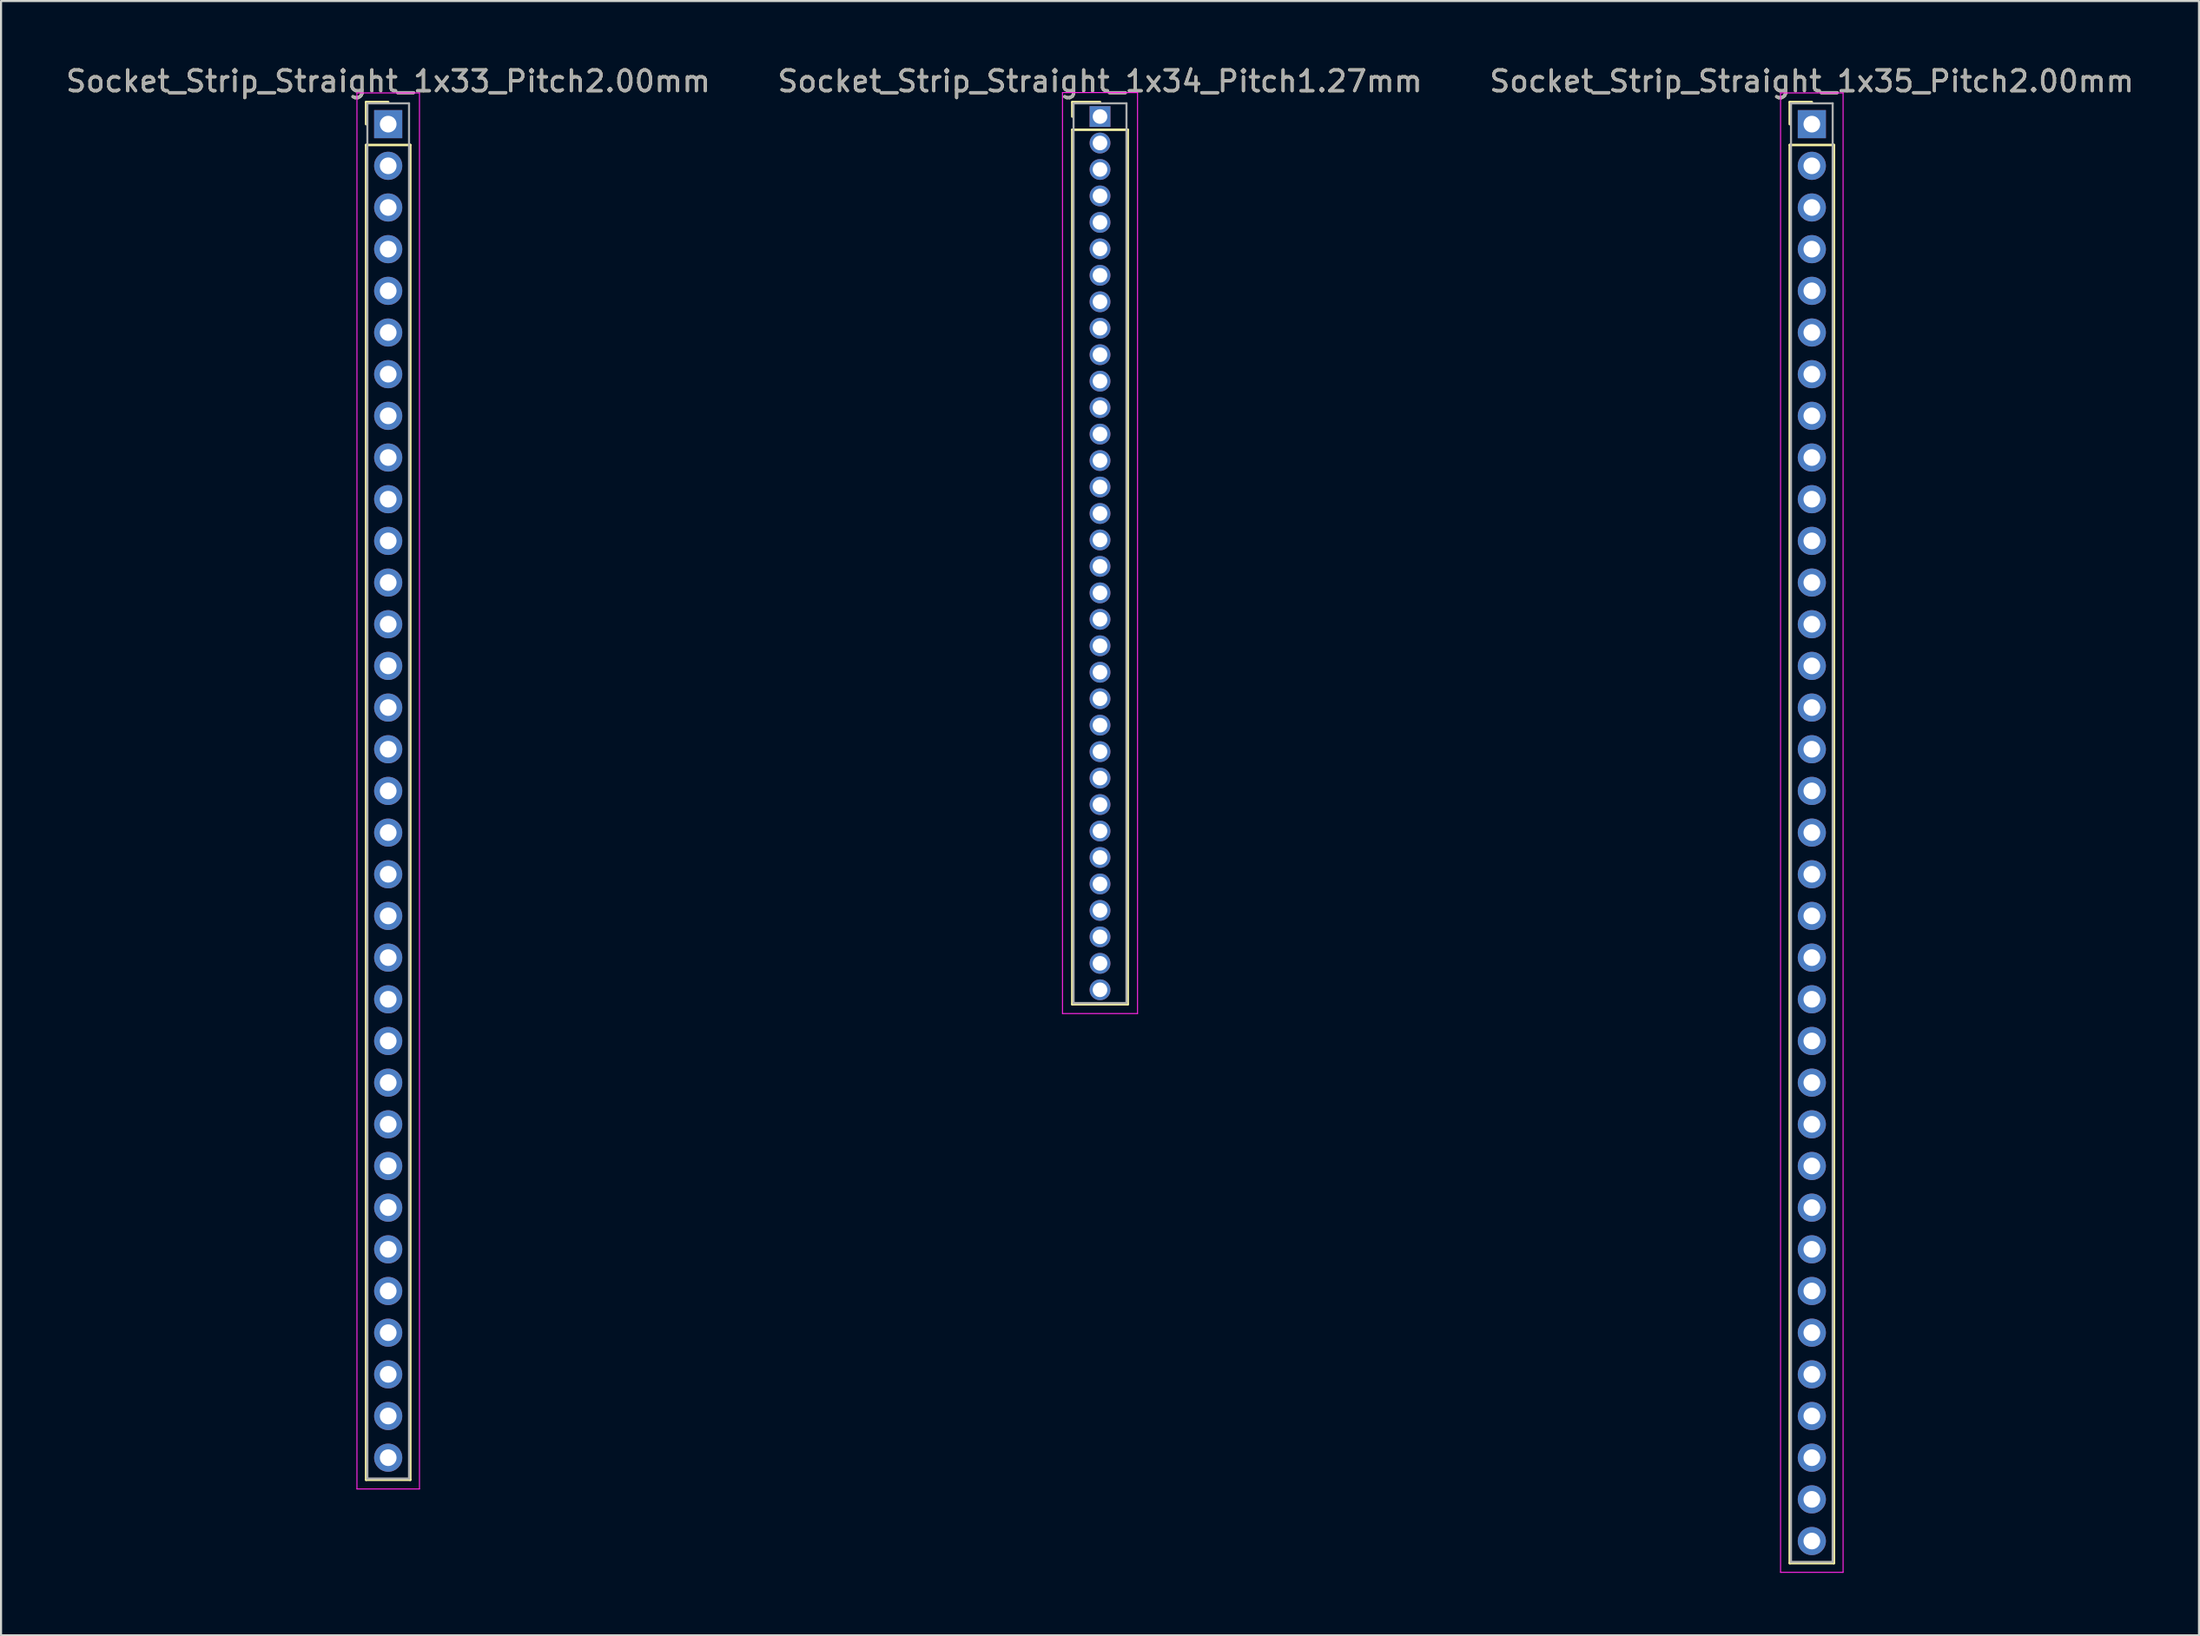
<source format=kicad_pcb>
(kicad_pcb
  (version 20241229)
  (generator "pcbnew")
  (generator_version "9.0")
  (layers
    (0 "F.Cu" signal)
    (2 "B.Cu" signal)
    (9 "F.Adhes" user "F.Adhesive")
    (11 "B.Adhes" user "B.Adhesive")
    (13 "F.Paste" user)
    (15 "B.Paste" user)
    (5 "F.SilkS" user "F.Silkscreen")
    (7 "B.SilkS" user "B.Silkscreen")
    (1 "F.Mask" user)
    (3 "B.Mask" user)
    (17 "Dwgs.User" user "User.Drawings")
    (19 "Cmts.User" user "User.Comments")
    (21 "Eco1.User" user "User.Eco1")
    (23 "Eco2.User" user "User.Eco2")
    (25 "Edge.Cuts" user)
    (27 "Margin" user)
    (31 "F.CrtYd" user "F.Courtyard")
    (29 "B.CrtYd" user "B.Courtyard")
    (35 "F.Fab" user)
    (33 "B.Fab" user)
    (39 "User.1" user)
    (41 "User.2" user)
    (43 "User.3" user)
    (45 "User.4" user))
  (footprint "Socket_Strip_Straight_1x33_Pitch2.00mm"
    (layer "F.Cu")
    (at 15.577 2.908)
    (property "Reference" "Socket_Strip_Straight_1x33_Pitch2.00mm" (at 0 -2.06 0) (layer "F.SilkS") (effects (font (size 1 1) (thickness 0.15))))
    (attr through_hole)
    (fp_line (start -1.06 -1.06) (end 0 -1.06) (stroke (width 0.12) (type solid)) (layer "F.SilkS"))
    (fp_line (start -1.06 0) (end -1.06 -1.06) (stroke (width 0.12) (type solid)) (layer "F.SilkS"))
    (fp_line (start -1.06 1) (end -1.06 65.06) (stroke (width 0.12) (type solid)) (layer "F.SilkS"))
    (fp_line (start -1.06 65.06) (end 1.06 65.06) (stroke (width 0.12) (type solid)) (layer "F.SilkS"))
    (fp_line (start 1.06 1) (end -1.06 1) (stroke (width 0.12) (type solid)) (layer "F.SilkS"))
    (fp_line (start 1.06 65.06) (end 1.06 1) (stroke (width 0.12) (type solid)) (layer "F.SilkS"))
    (fp_line (start -1.5 -1.5) (end -1.5 65.5) (stroke (width 0.05) (type solid)) (layer "F.CrtYd"))
    (fp_line (start -1.5 65.5) (end 1.5 65.5) (stroke (width 0.05) (type solid)) (layer "F.CrtYd"))
    (fp_line (start 1.5 -1.5) (end -1.5 -1.5) (stroke (width 0.05) (type solid)) (layer "F.CrtYd"))
    (fp_line (start 1.5 65.5) (end 1.5 -1.5) (stroke (width 0.05) (type solid)) (layer "F.CrtYd"))
    (fp_line (start -1 -1) (end -1 65) (stroke (width 0.1) (type solid)) (layer "F.Fab"))
    (fp_line (start -1 65) (end 1 65) (stroke (width 0.1) (type solid)) (layer "F.Fab"))
    (fp_line (start 1 -1) (end -1 -1) (stroke (width 0.1) (type solid)) (layer "F.Fab"))
    (fp_line (start 1 65) (end 1 -1) (stroke (width 0.1) (type solid)) (layer "F.Fab"))
    (fp_text user "${REFERENCE}" (at 0 -2.06 0) (layer "F.Fab") (effects (font (size 1 1) (thickness 0.15))))
    (pad "1" thru_hole rect (at 0 0) (size 1.35 1.35) (drill 0.8) (layers "*.Cu" "*.Mask"))
    (pad "2" thru_hole oval (at 0 2) (size 1.35 1.35) (drill 0.8) (layers "*.Cu" "*.Mask"))
    (pad "3" thru_hole oval (at 0 4) (size 1.35 1.35) (drill 0.8) (layers "*.Cu" "*.Mask"))
    (pad "4" thru_hole oval (at 0 6) (size 1.35 1.35) (drill 0.8) (layers "*.Cu" "*.Mask"))
    (pad "5" thru_hole oval (at 0 8) (size 1.35 1.35) (drill 0.8) (layers "*.Cu" "*.Mask"))
    (pad "6" thru_hole oval (at 0 10) (size 1.35 1.35) (drill 0.8) (layers "*.Cu" "*.Mask"))
    (pad "7" thru_hole oval (at 0 12) (size 1.35 1.35) (drill 0.8) (layers "*.Cu" "*.Mask"))
    (pad "8" thru_hole oval (at 0 14) (size 1.35 1.35) (drill 0.8) (layers "*.Cu" "*.Mask"))
    (pad "9" thru_hole oval (at 0 16) (size 1.35 1.35) (drill 0.8) (layers "*.Cu" "*.Mask"))
    (pad "10" thru_hole oval (at 0 18) (size 1.35 1.35) (drill 0.8) (layers "*.Cu" "*.Mask"))
    (pad "11" thru_hole oval (at 0 20) (size 1.35 1.35) (drill 0.8) (layers "*.Cu" "*.Mask"))
    (pad "12" thru_hole oval (at 0 22) (size 1.35 1.35) (drill 0.8) (layers "*.Cu" "*.Mask"))
    (pad "13" thru_hole oval (at 0 24) (size 1.35 1.35) (drill 0.8) (layers "*.Cu" "*.Mask"))
    (pad "14" thru_hole oval (at 0 26) (size 1.35 1.35) (drill 0.8) (layers "*.Cu" "*.Mask"))
    (pad "15" thru_hole oval (at 0 28) (size 1.35 1.35) (drill 0.8) (layers "*.Cu" "*.Mask"))
    (pad "16" thru_hole oval (at 0 30) (size 1.35 1.35) (drill 0.8) (layers "*.Cu" "*.Mask"))
    (pad "17" thru_hole oval (at 0 32) (size 1.35 1.35) (drill 0.8) (layers "*.Cu" "*.Mask"))
    (pad "18" thru_hole oval (at 0 34) (size 1.35 1.35) (drill 0.8) (layers "*.Cu" "*.Mask"))
    (pad "19" thru_hole oval (at 0 36) (size 1.35 1.35) (drill 0.8) (layers "*.Cu" "*.Mask"))
    (pad "20" thru_hole oval (at 0 38) (size 1.35 1.35) (drill 0.8) (layers "*.Cu" "*.Mask"))
    (pad "21" thru_hole oval (at 0 40) (size 1.35 1.35) (drill 0.8) (layers "*.Cu" "*.Mask"))
    (pad "22" thru_hole oval (at 0 42) (size 1.35 1.35) (drill 0.8) (layers "*.Cu" "*.Mask"))
    (pad "23" thru_hole oval (at 0 44) (size 1.35 1.35) (drill 0.8) (layers "*.Cu" "*.Mask"))
    (pad "24" thru_hole oval (at 0 46) (size 1.35 1.35) (drill 0.8) (layers "*.Cu" "*.Mask"))
    (pad "25" thru_hole oval (at 0 48) (size 1.35 1.35) (drill 0.8) (layers "*.Cu" "*.Mask"))
    (pad "26" thru_hole oval (at 0 50) (size 1.35 1.35) (drill 0.8) (layers "*.Cu" "*.Mask"))
    (pad "27" thru_hole oval (at 0 52) (size 1.35 1.35) (drill 0.8) (layers "*.Cu" "*.Mask"))
    (pad "28" thru_hole oval (at 0 54) (size 1.35 1.35) (drill 0.8) (layers "*.Cu" "*.Mask"))
    (pad "29" thru_hole oval (at 0 56) (size 1.35 1.35) (drill 0.8) (layers "*.Cu" "*.Mask"))
    (pad "30" thru_hole oval (at 0 58) (size 1.35 1.35) (drill 0.8) (layers "*.Cu" "*.Mask"))
    (pad "31" thru_hole oval (at 0 60) (size 1.35 1.35) (drill 0.8) (layers "*.Cu" "*.Mask"))
    (pad "32" thru_hole oval (at 0 62) (size 1.35 1.35) (drill 0.8) (layers "*.Cu" "*.Mask"))
    (pad "33" thru_hole oval (at 0 64) (size 1.35 1.35) (drill 0.8) (layers "*.Cu" "*.Mask")))
  (footprint "Socket_Strip_Straight_1x35_Pitch2.00mm"
    (layer "F.Cu")
    (at 83.887 2.908)
    (property "Reference" "Socket_Strip_Straight_1x35_Pitch2.00mm" (at 0 -2.06 0) (layer "F.SilkS") (effects (font (size 1 1) (thickness 0.15))))
    (attr through_hole)
    (fp_line (start -1.06 -1.06) (end 0 -1.06) (stroke (width 0.12) (type solid)) (layer "F.SilkS"))
    (fp_line (start -1.06 0) (end -1.06 -1.06) (stroke (width 0.12) (type solid)) (layer "F.SilkS"))
    (fp_line (start -1.06 1) (end -1.06 69.06) (stroke (width 0.12) (type solid)) (layer "F.SilkS"))
    (fp_line (start -1.06 69.06) (end 1.06 69.06) (stroke (width 0.12) (type solid)) (layer "F.SilkS"))
    (fp_line (start 1.06 1) (end -1.06 1) (stroke (width 0.12) (type solid)) (layer "F.SilkS"))
    (fp_line (start 1.06 69.06) (end 1.06 1) (stroke (width 0.12) (type solid)) (layer "F.SilkS"))
    (fp_line (start -1.5 -1.5) (end -1.5 69.5) (stroke (width 0.05) (type solid)) (layer "F.CrtYd"))
    (fp_line (start -1.5 69.5) (end 1.5 69.5) (stroke (width 0.05) (type solid)) (layer "F.CrtYd"))
    (fp_line (start 1.5 -1.5) (end -1.5 -1.5) (stroke (width 0.05) (type solid)) (layer "F.CrtYd"))
    (fp_line (start 1.5 69.5) (end 1.5 -1.5) (stroke (width 0.05) (type solid)) (layer "F.CrtYd"))
    (fp_line (start -1 -1) (end -1 69) (stroke (width 0.1) (type solid)) (layer "F.Fab"))
    (fp_line (start -1 69) (end 1 69) (stroke (width 0.1) (type solid)) (layer "F.Fab"))
    (fp_line (start 1 -1) (end -1 -1) (stroke (width 0.1) (type solid)) (layer "F.Fab"))
    (fp_line (start 1 69) (end 1 -1) (stroke (width 0.1) (type solid)) (layer "F.Fab"))
    (fp_text user "${REFERENCE}" (at 0 -2.06 0) (layer "F.Fab") (effects (font (size 1 1) (thickness 0.15))))
    (pad "1" thru_hole rect (at 0 0) (size 1.35 1.35) (drill 0.8) (layers "*.Cu" "*.Mask"))
    (pad "2" thru_hole oval (at 0 2) (size 1.35 1.35) (drill 0.8) (layers "*.Cu" "*.Mask"))
    (pad "3" thru_hole oval (at 0 4) (size 1.35 1.35) (drill 0.8) (layers "*.Cu" "*.Mask"))
    (pad "4" thru_hole oval (at 0 6) (size 1.35 1.35) (drill 0.8) (layers "*.Cu" "*.Mask"))
    (pad "5" thru_hole oval (at 0 8) (size 1.35 1.35) (drill 0.8) (layers "*.Cu" "*.Mask"))
    (pad "6" thru_hole oval (at 0 10) (size 1.35 1.35) (drill 0.8) (layers "*.Cu" "*.Mask"))
    (pad "7" thru_hole oval (at 0 12) (size 1.35 1.35) (drill 0.8) (layers "*.Cu" "*.Mask"))
    (pad "8" thru_hole oval (at 0 14) (size 1.35 1.35) (drill 0.8) (layers "*.Cu" "*.Mask"))
    (pad "9" thru_hole oval (at 0 16) (size 1.35 1.35) (drill 0.8) (layers "*.Cu" "*.Mask"))
    (pad "10" thru_hole oval (at 0 18) (size 1.35 1.35) (drill 0.8) (layers "*.Cu" "*.Mask"))
    (pad "11" thru_hole oval (at 0 20) (size 1.35 1.35) (drill 0.8) (layers "*.Cu" "*.Mask"))
    (pad "12" thru_hole oval (at 0 22) (size 1.35 1.35) (drill 0.8) (layers "*.Cu" "*.Mask"))
    (pad "13" thru_hole oval (at 0 24) (size 1.35 1.35) (drill 0.8) (layers "*.Cu" "*.Mask"))
    (pad "14" thru_hole oval (at 0 26) (size 1.35 1.35) (drill 0.8) (layers "*.Cu" "*.Mask"))
    (pad "15" thru_hole oval (at 0 28) (size 1.35 1.35) (drill 0.8) (layers "*.Cu" "*.Mask"))
    (pad "16" thru_hole oval (at 0 30) (size 1.35 1.35) (drill 0.8) (layers "*.Cu" "*.Mask"))
    (pad "17" thru_hole oval (at 0 32) (size 1.35 1.35) (drill 0.8) (layers "*.Cu" "*.Mask"))
    (pad "18" thru_hole oval (at 0 34) (size 1.35 1.35) (drill 0.8) (layers "*.Cu" "*.Mask"))
    (pad "19" thru_hole oval (at 0 36) (size 1.35 1.35) (drill 0.8) (layers "*.Cu" "*.Mask"))
    (pad "20" thru_hole oval (at 0 38) (size 1.35 1.35) (drill 0.8) (layers "*.Cu" "*.Mask"))
    (pad "21" thru_hole oval (at 0 40) (size 1.35 1.35) (drill 0.8) (layers "*.Cu" "*.Mask"))
    (pad "22" thru_hole oval (at 0 42) (size 1.35 1.35) (drill 0.8) (layers "*.Cu" "*.Mask"))
    (pad "23" thru_hole oval (at 0 44) (size 1.35 1.35) (drill 0.8) (layers "*.Cu" "*.Mask"))
    (pad "24" thru_hole oval (at 0 46) (size 1.35 1.35) (drill 0.8) (layers "*.Cu" "*.Mask"))
    (pad "25" thru_hole oval (at 0 48) (size 1.35 1.35) (drill 0.8) (layers "*.Cu" "*.Mask"))
    (pad "26" thru_hole oval (at 0 50) (size 1.35 1.35) (drill 0.8) (layers "*.Cu" "*.Mask"))
    (pad "27" thru_hole oval (at 0 52) (size 1.35 1.35) (drill 0.8) (layers "*.Cu" "*.Mask"))
    (pad "28" thru_hole oval (at 0 54) (size 1.35 1.35) (drill 0.8) (layers "*.Cu" "*.Mask"))
    (pad "29" thru_hole oval (at 0 56) (size 1.35 1.35) (drill 0.8) (layers "*.Cu" "*.Mask"))
    (pad "30" thru_hole oval (at 0 58) (size 1.35 1.35) (drill 0.8) (layers "*.Cu" "*.Mask"))
    (pad "31" thru_hole oval (at 0 60) (size 1.35 1.35) (drill 0.8) (layers "*.Cu" "*.Mask"))
    (pad "32" thru_hole oval (at 0 62) (size 1.35 1.35) (drill 0.8) (layers "*.Cu" "*.Mask"))
    (pad "33" thru_hole oval (at 0 64) (size 1.35 1.35) (drill 0.8) (layers "*.Cu" "*.Mask"))
    (pad "34" thru_hole oval (at 0 66) (size 1.35 1.35) (drill 0.8) (layers "*.Cu" "*.Mask"))
    (pad "35" thru_hole oval (at 0 68) (size 1.35 1.35) (drill 0.8) (layers "*.Cu" "*.Mask")))
  (footprint "Socket_Strip_Straight_1x34_Pitch1.27mm"
    (layer "F.Cu")
    (at 49.732 2.543)
    (property "Reference" "Socket_Strip_Straight_1x34_Pitch1.27mm" (at 0 -1.695 0) (layer "F.SilkS") (effects (font (size 1 1) (thickness 0.15))))
    (attr through_hole)
    (fp_line (start -1.33 -0.695) (end 0 -0.695) (stroke (width 0.12) (type solid)) (layer "F.SilkS"))
    (fp_line (start -1.33 0) (end -1.33 -0.695) (stroke (width 0.12) (type solid)) (layer "F.SilkS"))
    (fp_line (start -1.33 0.635) (end -1.33 42.605) (stroke (width 0.12) (type solid)) (layer "F.SilkS"))
    (fp_line (start -1.33 42.605) (end 1.33 42.605) (stroke (width 0.12) (type solid)) (layer "F.SilkS"))
    (fp_line (start 1.33 0.635) (end -1.33 0.635) (stroke (width 0.12) (type solid)) (layer "F.SilkS"))
    (fp_line (start 1.33 42.605) (end 1.33 0.635) (stroke (width 0.12) (type solid)) (layer "F.SilkS"))
    (fp_line (start -1.8 -1.15) (end -1.8 43.05) (stroke (width 0.05) (type solid)) (layer "F.CrtYd"))
    (fp_line (start -1.8 43.05) (end 1.8 43.05) (stroke (width 0.05) (type solid)) (layer "F.CrtYd"))
    (fp_line (start 1.8 -1.15) (end -1.8 -1.15) (stroke (width 0.05) (type solid)) (layer "F.CrtYd"))
    (fp_line (start 1.8 43.05) (end 1.8 -1.15) (stroke (width 0.05) (type solid)) (layer "F.CrtYd"))
    (fp_line (start -1.27 -0.635) (end -1.27 42.545) (stroke (width 0.1) (type solid)) (layer "F.Fab"))
    (fp_line (start -1.27 42.545) (end 1.27 42.545) (stroke (width 0.1) (type solid)) (layer "F.Fab"))
    (fp_line (start 1.27 -0.635) (end -1.27 -0.635) (stroke (width 0.1) (type solid)) (layer "F.Fab"))
    (fp_line (start 1.27 42.545) (end 1.27 -0.635) (stroke (width 0.1) (type solid)) (layer "F.Fab"))
    (fp_text user "${REFERENCE}" (at 0 -1.695 0) (layer "F.Fab") (effects (font (size 1 1) (thickness 0.15))))
    (pad "1" thru_hole rect (at 0 0) (size 1 1) (drill 0.7) (layers "*.Cu" "*.Mask"))
    (pad "2" thru_hole oval (at 0 1.27) (size 1 1) (drill 0.7) (layers "*.Cu" "*.Mask"))
    (pad "3" thru_hole oval (at 0 2.54) (size 1 1) (drill 0.7) (layers "*.Cu" "*.Mask"))
    (pad "4" thru_hole oval (at 0 3.81) (size 1 1) (drill 0.7) (layers "*.Cu" "*.Mask"))
    (pad "5" thru_hole oval (at 0 5.08) (size 1 1) (drill 0.7) (layers "*.Cu" "*.Mask"))
    (pad "6" thru_hole oval (at 0 6.35) (size 1 1) (drill 0.7) (layers "*.Cu" "*.Mask"))
    (pad "7" thru_hole oval (at 0 7.62) (size 1 1) (drill 0.7) (layers "*.Cu" "*.Mask"))
    (pad "8" thru_hole oval (at 0 8.89) (size 1 1) (drill 0.7) (layers "*.Cu" "*.Mask"))
    (pad "9" thru_hole oval (at 0 10.16) (size 1 1) (drill 0.7) (layers "*.Cu" "*.Mask"))
    (pad "10" thru_hole oval (at 0 11.43) (size 1 1) (drill 0.7) (layers "*.Cu" "*.Mask"))
    (pad "11" thru_hole oval (at 0 12.7) (size 1 1) (drill 0.7) (layers "*.Cu" "*.Mask"))
    (pad "12" thru_hole oval (at 0 13.97) (size 1 1) (drill 0.7) (layers "*.Cu" "*.Mask"))
    (pad "13" thru_hole oval (at 0 15.24) (size 1 1) (drill 0.7) (layers "*.Cu" "*.Mask"))
    (pad "14" thru_hole oval (at 0 16.51) (size 1 1) (drill 0.7) (layers "*.Cu" "*.Mask"))
    (pad "15" thru_hole oval (at 0 17.78) (size 1 1) (drill 0.7) (layers "*.Cu" "*.Mask"))
    (pad "16" thru_hole oval (at 0 19.05) (size 1 1) (drill 0.7) (layers "*.Cu" "*.Mask"))
    (pad "17" thru_hole oval (at 0 20.32) (size 1 1) (drill 0.7) (layers "*.Cu" "*.Mask"))
    (pad "18" thru_hole oval (at 0 21.59) (size 1 1) (drill 0.7) (layers "*.Cu" "*.Mask"))
    (pad "19" thru_hole oval (at 0 22.86) (size 1 1) (drill 0.7) (layers "*.Cu" "*.Mask"))
    (pad "20" thru_hole oval (at 0 24.13) (size 1 1) (drill 0.7) (layers "*.Cu" "*.Mask"))
    (pad "21" thru_hole oval (at 0 25.4) (size 1 1) (drill 0.7) (layers "*.Cu" "*.Mask"))
    (pad "22" thru_hole oval (at 0 26.67) (size 1 1) (drill 0.7) (layers "*.Cu" "*.Mask"))
    (pad "23" thru_hole oval (at 0 27.94) (size 1 1) (drill 0.7) (layers "*.Cu" "*.Mask"))
    (pad "24" thru_hole oval (at 0 29.21) (size 1 1) (drill 0.7) (layers "*.Cu" "*.Mask"))
    (pad "25" thru_hole oval (at 0 30.48) (size 1 1) (drill 0.7) (layers "*.Cu" "*.Mask"))
    (pad "26" thru_hole oval (at 0 31.75) (size 1 1) (drill 0.7) (layers "*.Cu" "*.Mask"))
    (pad "27" thru_hole oval (at 0 33.02) (size 1 1) (drill 0.7) (layers "*.Cu" "*.Mask"))
    (pad "28" thru_hole oval (at 0 34.29) (size 1 1) (drill 0.7) (layers "*.Cu" "*.Mask"))
    (pad "29" thru_hole oval (at 0 35.56) (size 1 1) (drill 0.7) (layers "*.Cu" "*.Mask"))
    (pad "30" thru_hole oval (at 0 36.83) (size 1 1) (drill 0.7) (layers "*.Cu" "*.Mask"))
    (pad "31" thru_hole oval (at 0 38.1) (size 1 1) (drill 0.7) (layers "*.Cu" "*.Mask"))
    (pad "32" thru_hole oval (at 0 39.37) (size 1 1) (drill 0.7) (layers "*.Cu" "*.Mask"))
    (pad "33" thru_hole oval (at 0 40.64) (size 1 1) (drill 0.7) (layers "*.Cu" "*.Mask"))
    (pad "34" thru_hole oval (at 0 41.91) (size 1 1) (drill 0.7) (layers "*.Cu" "*.Mask")))
  (gr_rect
    (start -3 -3)
    (end 102.464 75.433)
    (stroke (width 0.1) (type default))
    (fill no)
    (layer "Edge.Cuts")))
</source>
